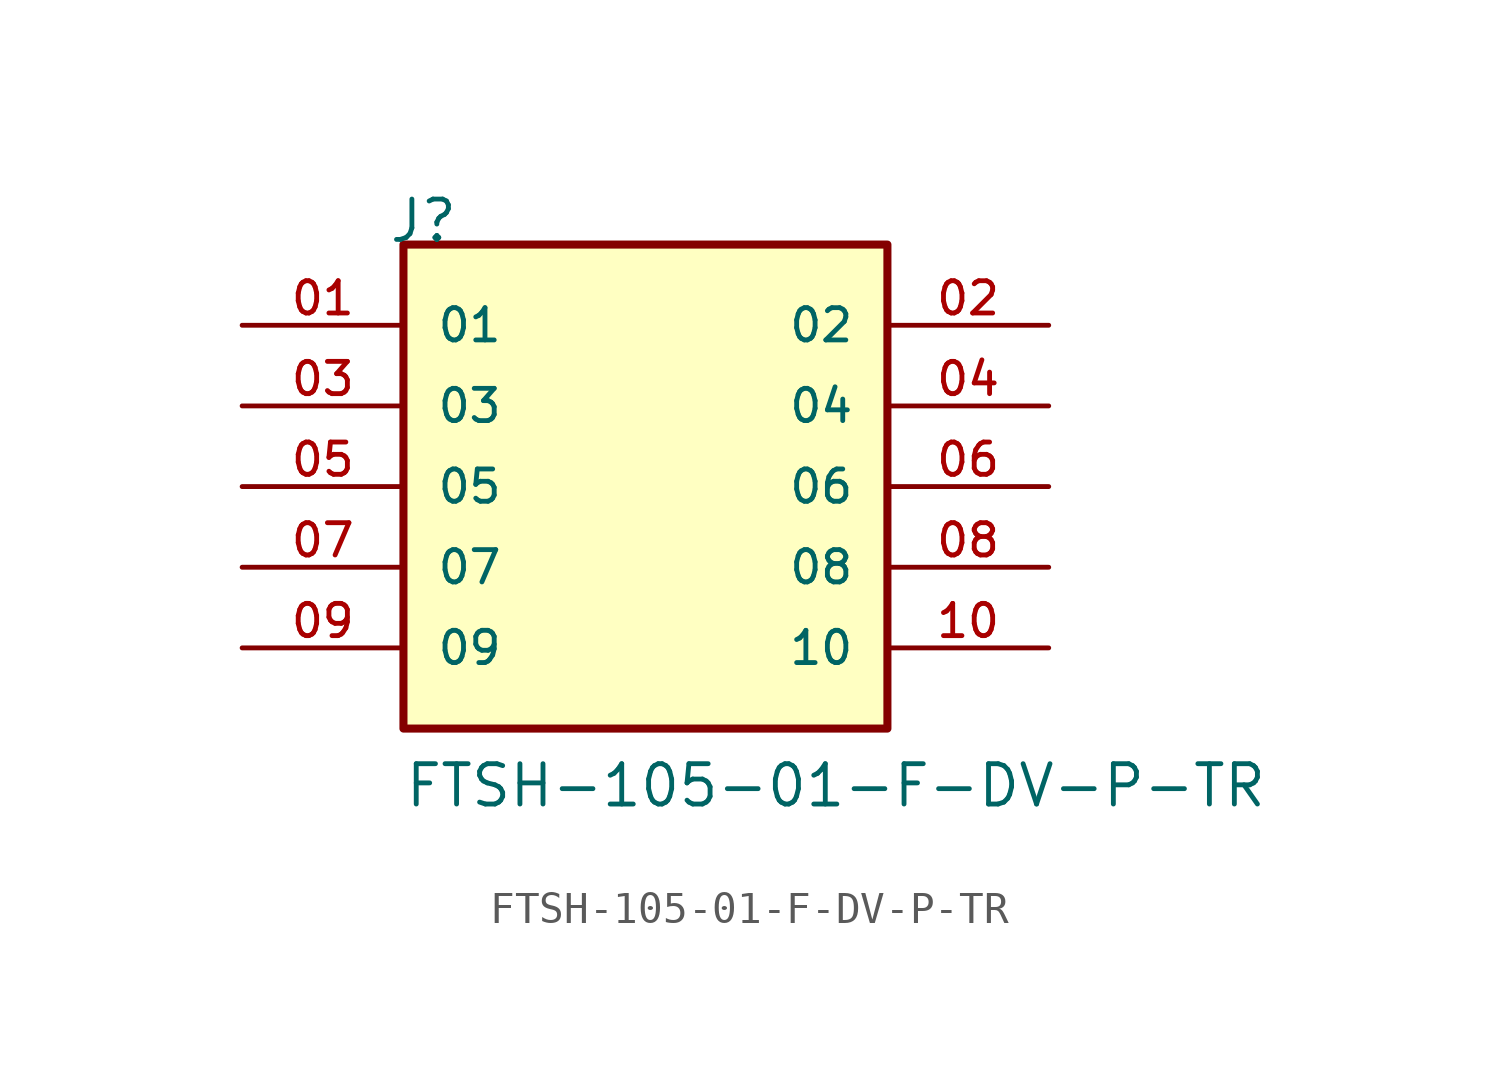
<source format=kicad_sym>
(kicad_symbol_lib
  (version 20211014)
  (generator kicad_symbol_editor)
  (symbol "FTSH-105-01-F-DV-P-TR"
    (pin_names
      (offset 1.016))
    (property "Reference" "J"
      (at -8.12 7.62 0)
      (effects (font (size 1.27 1.27)) (justify bottom left)))
    (property "Value" "FTSH-105-01-F-DV-P-TR"
      (at -7.62 -10.16 0)
      (effects (font (size 1.27 1.27)) (justify bottom left)))
    (symbol "FTSH-105-01-F-DV-P-TR_0_0"
      (rectangle (start -7.62 -7.62) (end 7.62 7.62) (stroke (width 0.254)) (fill (type background)))
      (pin passive line (at -12.7 5.08 0) (length 5.08) (name "01" (effects (font (size 1.016 1.016)))) (number "01" (effects (font (size 1.016 1.016)))))
      (pin passive line (at 12.7 5.08 180.0) (length 5.08) (name "02" (effects (font (size 1.016 1.016)))) (number "02" (effects (font (size 1.016 1.016)))))
      (pin passive line (at -12.7 2.54 0) (length 5.08) (name "03" (effects (font (size 1.016 1.016)))) (number "03" (effects (font (size 1.016 1.016)))))
      (pin passive line (at 12.7 2.54 180.0) (length 5.08) (name "04" (effects (font (size 1.016 1.016)))) (number "04" (effects (font (size 1.016 1.016)))))
      (pin passive line (at -12.7 0.0 0) (length 5.08) (name "05" (effects (font (size 1.016 1.016)))) (number "05" (effects (font (size 1.016 1.016)))))
      (pin passive line (at 12.7 0.0 180.0) (length 5.08) (name "06" (effects (font (size 1.016 1.016)))) (number "06" (effects (font (size 1.016 1.016)))))
      (pin passive line (at -12.7 -2.54 0) (length 5.08) (name "07" (effects (font (size 1.016 1.016)))) (number "07" (effects (font (size 1.016 1.016)))))
      (pin passive line (at 12.7 -2.54 180.0) (length 5.08) (name "08" (effects (font (size 1.016 1.016)))) (number "08" (effects (font (size 1.016 1.016)))))
      (pin passive line (at -12.7 -5.08 0) (length 5.08) (name "09" (effects (font (size 1.016 1.016)))) (number "09" (effects (font (size 1.016 1.016)))))
      (pin passive line (at 12.7 -5.08 180.0) (length 5.08) (name "10" (effects (font (size 1.016 1.016)))) (number "10" (effects (font (size 1.016 1.016))))))))
</source>
